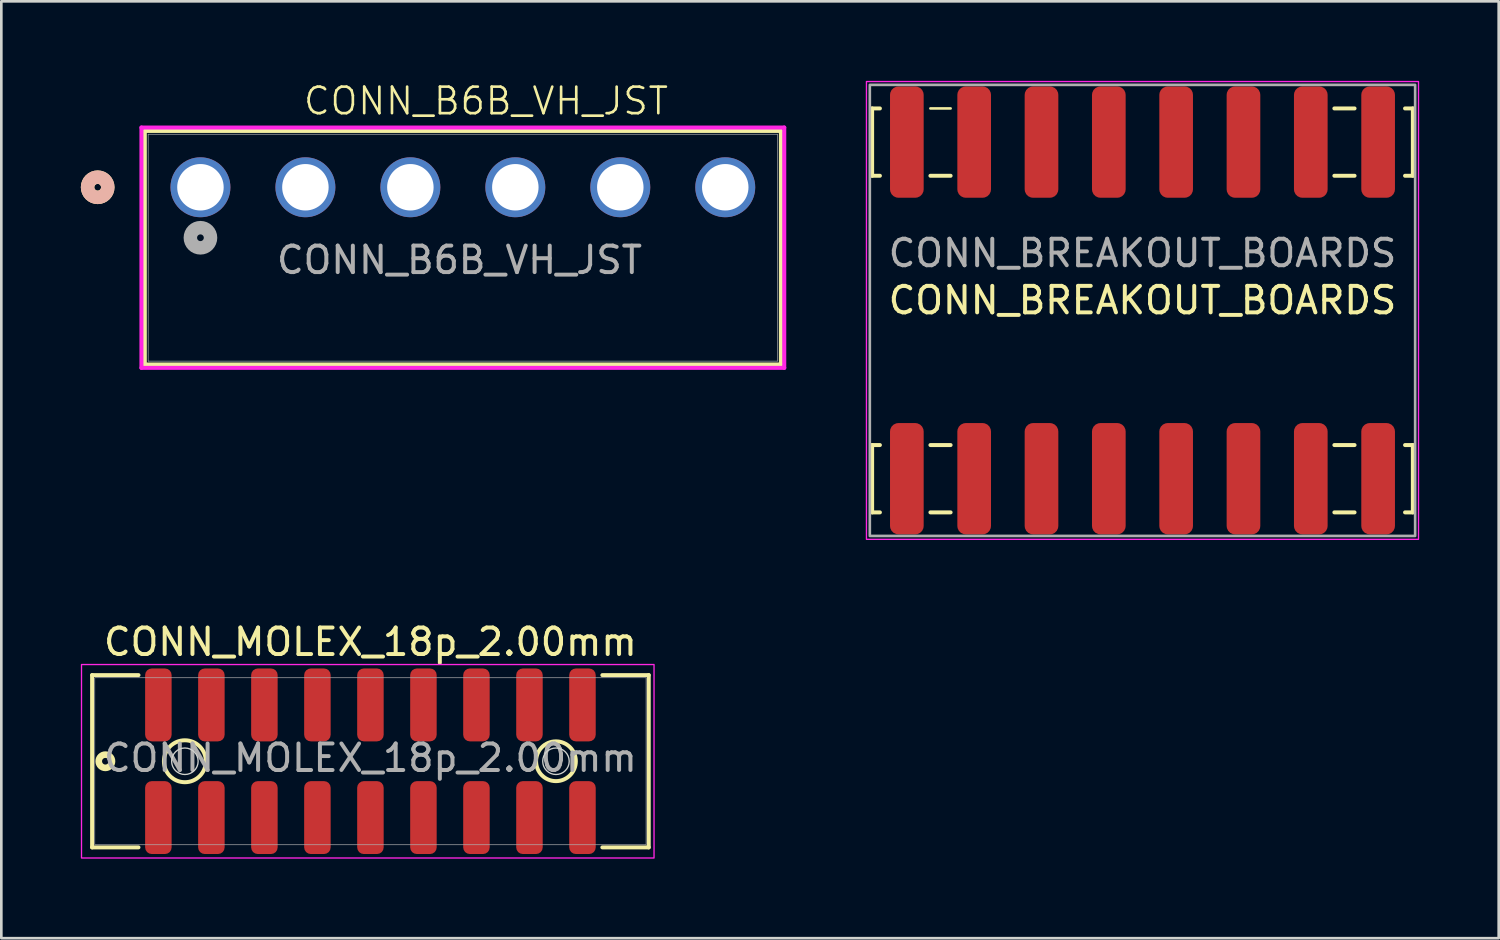
<source format=kicad_pcb>
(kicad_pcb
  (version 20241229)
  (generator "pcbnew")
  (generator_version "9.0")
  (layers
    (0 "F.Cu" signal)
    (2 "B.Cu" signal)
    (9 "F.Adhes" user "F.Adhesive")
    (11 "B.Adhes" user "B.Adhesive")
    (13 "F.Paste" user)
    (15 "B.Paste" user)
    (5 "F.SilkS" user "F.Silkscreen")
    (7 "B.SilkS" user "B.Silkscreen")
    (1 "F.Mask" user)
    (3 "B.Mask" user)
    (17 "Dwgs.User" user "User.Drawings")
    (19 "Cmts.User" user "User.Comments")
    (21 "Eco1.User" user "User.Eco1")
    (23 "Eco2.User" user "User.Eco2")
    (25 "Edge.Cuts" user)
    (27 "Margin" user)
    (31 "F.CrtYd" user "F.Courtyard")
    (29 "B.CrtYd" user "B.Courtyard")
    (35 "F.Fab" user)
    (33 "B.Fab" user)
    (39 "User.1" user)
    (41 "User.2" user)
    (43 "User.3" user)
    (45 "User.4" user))
  (footprint "CONN_B6B_VH_JST"
    (layer "F.Cu")
    (at 14.286 5.761)
    (property "Reference" "CONN_B6B_VH_JST" (at 1 -5 0) (unlocked yes) (layer "F.SilkS") (effects (font (size 1 1) (thickness 0.1))))
    (attr through_hole)
    (fp_line (start -11.873 -3.873) (end -11.873 4.941) (stroke (width 0.152) (type solid)) (layer "F.SilkS"))
    (fp_line (start -11.873 4.941) (end 12.125 4.941) (stroke (width 0.152) (type solid)) (layer "F.SilkS"))
    (fp_line (start 12.125 -3.873) (end -11.873 -3.873) (stroke (width 0.152) (type solid)) (layer "F.SilkS"))
    (fp_line (start 12.125 4.941) (end 12.125 -3.873) (stroke (width 0.152) (type solid)) (layer "F.SilkS"))
    (fp_circle (center -13.651 -1.746) (end -13.27 -1.746) (stroke (width 0.508) (type solid)) (fill no) (layer "F.SilkS"))
    (fp_circle (center -13.651 -1.746) (end -13.27 -1.746) (stroke (width 0.508) (type solid)) (fill no) (layer "B.SilkS"))
    (fp_line (start -12 -4) (end -12 5.068) (stroke (width 0.152) (type solid)) (layer "F.CrtYd"))
    (fp_line (start -12 5.068) (end 12.252 5.068) (stroke (width 0.152) (type solid)) (layer "F.CrtYd"))
    (fp_line (start 12.252 -4) (end -12 -4) (stroke (width 0.152) (type solid)) (layer "F.CrtYd"))
    (fp_line (start 12.252 5.068) (end 12.252 -4) (stroke (width 0.152) (type solid)) (layer "F.CrtYd"))
    (fp_line (start -11.746 -3.746) (end -11.746 4.814) (stroke (width 0.025) (type solid)) (layer "F.Fab"))
    (fp_line (start -11.746 4.814) (end 11.998 4.814) (stroke (width 0.025) (type solid)) (layer "F.Fab"))
    (fp_line (start 11.998 -3.746) (end -11.746 -3.746) (stroke (width 0.025) (type solid)) (layer "F.Fab"))
    (fp_line (start 11.998 4.814) (end 11.998 -3.746) (stroke (width 0.025) (type solid)) (layer "F.Fab"))
    (fp_circle (center -9.774 0.159) (end -9.393 0.159) (stroke (width 0.508) (type solid)) (fill no) (layer "F.Fab"))
    (fp_text user "${REFERENCE}" (at 0 1 0) (unlocked yes) (layer "F.Fab") (effects (font (size 1 1) (thickness 0.15))))
    (pad "1" thru_hole circle (at -9.774 -1.746) (size 2.261 2.261) (drill 1.753) (layers "*.Cu" "*.Mask"))
    (pad "2" thru_hole circle (at -5.814 -1.746) (size 2.261 2.261) (drill 1.753) (layers "*.Cu" "*.Mask"))
    (pad "3" thru_hole circle (at -1.854 -1.746) (size 2.261 2.261) (drill 1.753) (layers "*.Cu" "*.Mask"))
    (pad "4" thru_hole circle (at 2.106 -1.746) (size 2.261 2.261) (drill 1.753) (layers "*.Cu" "*.Mask"))
    (pad "5" thru_hole circle (at 6.066 -1.746) (size 2.261 2.261) (drill 1.753) (layers "*.Cu" "*.Mask"))
    (pad "6" thru_hole circle (at 10.026 -1.746) (size 2.261 2.261) (drill 1.753) (layers "*.Cu" "*.Mask")))
  (footprint "CONN_MOLEX_18p_2.00mm"
    (layer "F.Cu")
    (at 10.925 25.67)
    (property "Reference" "CONN_MOLEX_18p_2.00mm" (at 0 -4.5 0) (unlocked yes) (layer "F.SilkS") (effects (font (size 1 1) (thickness 0.15))))
    (attr smd)
    (fp_line (start -10.5 -3.25) (end -10.5 3.25) (stroke (width 0.15) (type default)) (layer "F.SilkS"))
    (fp_line (start -10.5 -3.25) (end -8.75 -3.25) (stroke (width 0.15) (type default)) (layer "F.SilkS"))
    (fp_line (start -10.5 3.25) (end -8.75 3.25) (stroke (width 0.15) (type default)) (layer "F.SilkS"))
    (fp_line (start 10.5 -3.25) (end 8.75 -3.25) (stroke (width 0.15) (type default)) (layer "F.SilkS"))
    (fp_line (start 10.5 -3.25) (end 10.5 3.25) (stroke (width 0.15) (type default)) (layer "F.SilkS"))
    (fp_line (start 10.5 3.25) (end 8.75 3.25) (stroke (width 0.15) (type default)) (layer "F.SilkS"))
    (fp_circle (center -10 0) (end -9.75 0) (stroke (width 0.25) (type default)) (fill no) (layer "F.SilkS"))
    (fp_circle (center -7 0) (end -6.209 0) (stroke (width 0.15) (type default)) (fill no) (layer "F.SilkS"))
    (fp_circle (center 7 0) (end 7.75 0) (stroke (width 0.15) (type default)) (fill no) (layer "F.SilkS"))
    (fp_circle (center -7 0) (end -6.5 0) (stroke (width 0.05) (type default)) (fill no) (layer "Edge.Cuts"))
    (fp_circle (center 7 0) (end 7.5 0) (stroke (width 0.05) (type default)) (fill no) (layer "Edge.Cuts"))
    (fp_rect (start 10.7 -3.65) (end -10.9 3.65) (stroke (width 0.05) (type default)) (fill no) (layer "F.CrtYd"))
    (fp_rect (start -10.4 -3.15) (end 10.4 3.15) (stroke (width 0.025) (type default)) (fill no) (layer "F.Fab"))
    (fp_text user "${REFERENCE}" (at 0 -0.125 0) (unlocked yes) (layer "F.Fab") (effects (font (size 1 1) (thickness 0.15))))
    (pad "1" smd roundrect (at -8 -2.125) (size 1 2.75) (layers "F.Cu" "F.Mask" "F.Paste") (roundrect_rratio 0.25))
    (pad "2" smd roundrect (at -8 2.125) (size 1 2.75) (layers "F.Cu" "F.Mask" "F.Paste") (roundrect_rratio 0.25))
    (pad "3" smd roundrect (at -6 -2.125) (size 1 2.75) (layers "F.Cu" "F.Mask" "F.Paste") (roundrect_rratio 0.25))
    (pad "4" smd roundrect (at -6 2.125) (size 1 2.75) (layers "F.Cu" "F.Mask" "F.Paste") (roundrect_rratio 0.25))
    (pad "5" smd roundrect (at -4 -2.125) (size 1 2.75) (layers "F.Cu" "F.Mask" "F.Paste") (roundrect_rratio 0.25))
    (pad "6" smd roundrect (at -4 2.125) (size 1 2.75) (layers "F.Cu" "F.Mask" "F.Paste") (roundrect_rratio 0.25))
    (pad "7" smd roundrect (at -2 -2.125) (size 1 2.75) (layers "F.Cu" "F.Mask" "F.Paste") (roundrect_rratio 0.25))
    (pad "8" smd roundrect (at -2 2.125) (size 1 2.75) (layers "F.Cu" "F.Mask" "F.Paste") (roundrect_rratio 0.25))
    (pad "9" smd roundrect (at 0 -2.125) (size 1 2.75) (layers "F.Cu" "F.Mask" "F.Paste") (roundrect_rratio 0.25))
    (pad "10" smd roundrect (at 0 2.125) (size 1 2.75) (layers "F.Cu" "F.Mask" "F.Paste") (roundrect_rratio 0.25))
    (pad "11" smd roundrect (at 2 -2.125) (size 1 2.75) (layers "F.Cu" "F.Mask" "F.Paste") (roundrect_rratio 0.25))
    (pad "12" smd roundrect (at 2 2.125) (size 1 2.75) (layers "F.Cu" "F.Mask" "F.Paste") (roundrect_rratio 0.25))
    (pad "13" smd roundrect (at 4 -2.125) (size 1 2.75) (layers "F.Cu" "F.Mask" "F.Paste") (roundrect_rratio 0.25))
    (pad "14" smd roundrect (at 4 2.125) (size 1 2.75) (layers "F.Cu" "F.Mask" "F.Paste") (roundrect_rratio 0.25))
    (pad "15" smd roundrect (at 6 -2.125) (size 1 2.75) (layers "F.Cu" "F.Mask" "F.Paste") (roundrect_rratio 0.25))
    (pad "16" smd roundrect (at 6 2.125) (size 1 2.75) (layers "F.Cu" "F.Mask" "F.Paste") (roundrect_rratio 0.25))
    (pad "17" smd roundrect (at 8 -2.125) (size 1 2.75) (layers "F.Cu" "F.Mask" "F.Paste") (roundrect_rratio 0.25))
    (pad "18" smd roundrect (at 8 2.125) (size 1 2.75) (layers "F.Cu" "F.Mask" "F.Paste") (roundrect_rratio 0.25)))
  (footprint "CONN_BREAKOUT_BOARDS"
    (layer "F.Cu")
    (at 40.053 2.311)
    (property "Reference" "CONN_BREAKOUT_BOARDS" (at 0 5.969 0) (unlocked yes) (layer "F.SilkS") (effects (font (size 1 1) (thickness 0.15))))
    (attr smd)
    (fp_line (start -10.2 -1.27) (end -10.2 1.27) (stroke (width 0.15) (type default)) (layer "F.SilkS"))
    (fp_line (start -10.2 -1.27) (end -9.906 -1.27) (stroke (width 0.15) (type default)) (layer "F.SilkS"))
    (fp_line (start -10.2 1.27) (end -9.906 1.27) (stroke (width 0.15) (type default)) (layer "F.SilkS"))
    (fp_line (start -10.2 11.43) (end -9.906 11.43) (stroke (width 0.15) (type default)) (layer "F.SilkS"))
    (fp_line (start -10.2 13.97) (end -10.2 11.43) (stroke (width 0.15) (type default)) (layer "F.SilkS"))
    (fp_line (start -10.2 13.97) (end -9.906 13.97) (stroke (width 0.15) (type default)) (layer "F.SilkS"))
    (fp_line (start -8.001 -1.27) (end -7.239 -1.27) (stroke (width 0.1) (type default)) (layer "F.SilkS"))
    (fp_line (start -8.001 1.27) (end -7.239 1.27) (stroke (width 0.15) (type default)) (layer "F.SilkS"))
    (fp_line (start -8.001 11.43) (end -7.239 11.43) (stroke (width 0.15) (type default)) (layer "F.SilkS"))
    (fp_line (start -8.001 13.97) (end -7.239 13.97) (stroke (width 0.15) (type default)) (layer "F.SilkS"))
    (fp_line (start 8.001 -1.27) (end 7.239 -1.27) (stroke (width 0.15) (type default)) (layer "F.SilkS"))
    (fp_line (start 8.001 1.27) (end 7.239 1.27) (stroke (width 0.15) (type default)) (layer "F.SilkS"))
    (fp_line (start 8.001 11.43) (end 7.239 11.43) (stroke (width 0.15) (type default)) (layer "F.SilkS"))
    (fp_line (start 8.001 13.97) (end 7.239 13.97) (stroke (width 0.15) (type default)) (layer "F.SilkS"))
    (fp_line (start 10.2 -1.27) (end 9.906 -1.27) (stroke (width 0.15) (type default)) (layer "F.SilkS"))
    (fp_line (start 10.2 -1.27) (end 10.2 1.27) (stroke (width 0.15) (type default)) (layer "F.SilkS"))
    (fp_line (start 10.2 1.27) (end 9.906 1.27) (stroke (width 0.15) (type default)) (layer "F.SilkS"))
    (fp_line (start 10.2 11.43) (end 9.906 11.43) (stroke (width 0.15) (type default)) (layer "F.SilkS"))
    (fp_line (start 10.2 11.43) (end 10.2 13.97) (stroke (width 0.15) (type default)) (layer "F.SilkS"))
    (fp_line (start 10.2 13.97) (end 9.906 13.97) (stroke (width 0.15) (type default)) (layer "F.SilkS"))
    (fp_rect (start -10.414 -2.286) (end 10.414 14.986) (stroke (width 0.05) (type default)) (fill no) (layer "F.CrtYd"))
    (fp_rect (start -10.287 -2.159) (end 10.287 14.859) (stroke (width 0.1) (type default)) (fill no) (layer "F.Fab"))
    (fp_text user "${REFERENCE}" (at 0 4.191 0) (unlocked yes) (layer "F.Fab") (effects (font (size 1 1) (thickness 0.15))))
    (pad "1" smd roundrect (at -8.89 12.7) (size 1.27 4.2) (layers "F.Cu" "F.Mask" "F.Paste") (roundrect_rratio 0.25))
    (pad "2" smd roundrect (at -6.35 12.7) (size 1.27 4.2) (layers "F.Cu" "F.Mask" "F.Paste") (roundrect_rratio 0.25))
    (pad "3" smd roundrect (at -3.81 12.7) (size 1.27 4.2) (layers "F.Cu" "F.Mask" "F.Paste") (roundrect_rratio 0.25))
    (pad "4" smd roundrect (at -1.27 12.7) (size 1.27 4.2) (layers "F.Cu" "F.Mask" "F.Paste") (roundrect_rratio 0.25))
    (pad "5" smd roundrect (at 1.27 12.7) (size 1.27 4.2) (layers "F.Cu" "F.Mask" "F.Paste") (roundrect_rratio 0.25))
    (pad "6" smd roundrect (at 3.81 12.7) (size 1.27 4.2) (layers "F.Cu" "F.Mask" "F.Paste") (roundrect_rratio 0.25))
    (pad "7" smd roundrect (at 6.35 12.7) (size 1.27 4.2) (layers "F.Cu" "F.Mask" "F.Paste") (roundrect_rratio 0.25))
    (pad "8" smd roundrect (at 8.89 12.7) (size 1.27 4.2) (layers "F.Cu" "F.Mask" "F.Paste") (roundrect_rratio 0.25))
    (pad "9" smd roundrect (at 8.89 0) (size 1.27 4.2) (layers "F.Cu" "F.Mask" "F.Paste") (roundrect_rratio 0.25))
    (pad "10" smd roundrect (at 6.35 0) (size 1.27 4.2) (layers "F.Cu" "F.Mask" "F.Paste") (roundrect_rratio 0.25))
    (pad "11" smd roundrect (at 3.81 0) (size 1.27 4.2) (layers "F.Cu" "F.Mask" "F.Paste") (roundrect_rratio 0.25))
    (pad "12" smd roundrect (at 1.27 0) (size 1.27 4.2) (layers "F.Cu" "F.Mask" "F.Paste") (roundrect_rratio 0.25))
    (pad "13" smd roundrect (at -1.27 0) (size 1.27 4.2) (layers "F.Cu" "F.Mask" "F.Paste") (roundrect_rratio 0.25))
    (pad "14" smd roundrect (at -3.81 0) (size 1.27 4.2) (layers "F.Cu" "F.Mask" "F.Paste") (roundrect_rratio 0.25))
    (pad "15" smd roundrect (at -6.35 0) (size 1.27 4.2) (layers "F.Cu" "F.Mask" "F.Paste") (roundrect_rratio 0.25))
    (pad "16" smd roundrect (at -8.89 0) (size 1.27 4.2) (layers "F.Cu" "F.Mask" "F.Paste") (roundrect_rratio 0.25)))
  (gr_rect
    (start -3 -3)
    (end 53.492 32.345)
    (stroke (width 0.1) (type default))
    (fill no)
    (layer "Edge.Cuts")))
</source>
